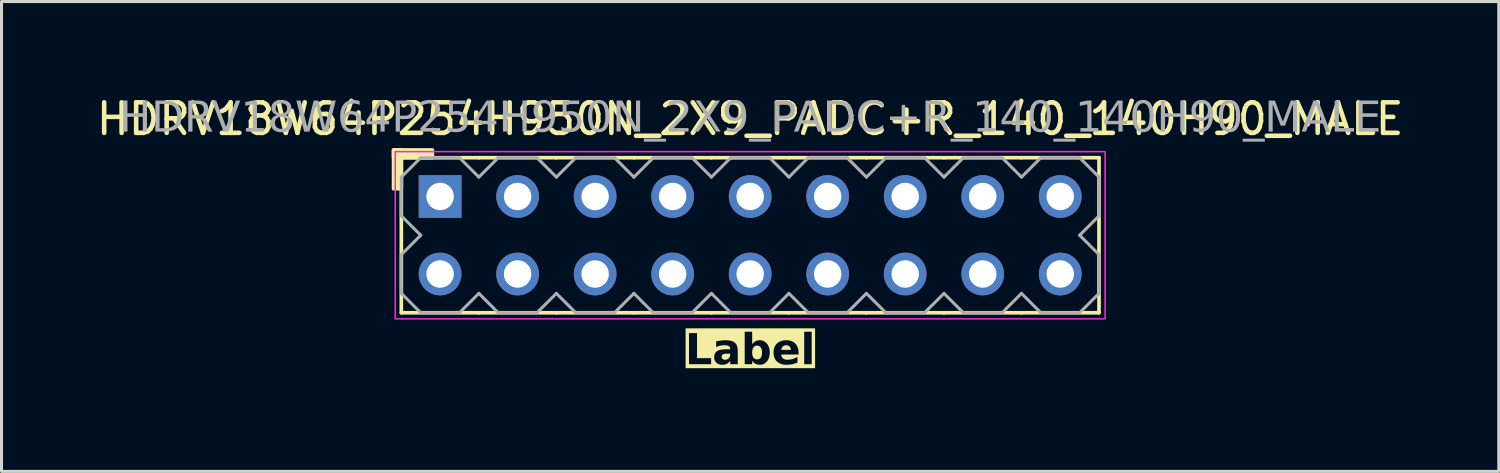
<source format=kicad_pcb>
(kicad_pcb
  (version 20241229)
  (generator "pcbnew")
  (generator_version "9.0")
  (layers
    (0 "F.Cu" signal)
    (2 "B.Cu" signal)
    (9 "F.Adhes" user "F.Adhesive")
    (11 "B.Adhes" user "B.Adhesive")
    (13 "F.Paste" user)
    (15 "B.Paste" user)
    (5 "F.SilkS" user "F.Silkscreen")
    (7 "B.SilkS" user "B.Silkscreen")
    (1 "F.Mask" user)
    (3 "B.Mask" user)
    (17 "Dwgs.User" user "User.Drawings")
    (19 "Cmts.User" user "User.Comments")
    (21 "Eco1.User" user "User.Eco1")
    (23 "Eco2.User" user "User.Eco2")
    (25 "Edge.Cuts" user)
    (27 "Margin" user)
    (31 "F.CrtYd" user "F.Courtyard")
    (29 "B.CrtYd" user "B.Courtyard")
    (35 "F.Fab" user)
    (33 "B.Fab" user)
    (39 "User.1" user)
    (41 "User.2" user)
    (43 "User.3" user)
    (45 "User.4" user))
  (footprint "HDRV18W64P254H950N_2X9_PADC+R_140_140H90_MALE"
    (layer "F.Cu")
    (at 21.53 4.658)
    (property "Reference" "HDRV18W64P254H950N_2X9_PADC+R_140_140H90_MALE" (at 0 -3.81 0) (layer "F.SilkS") (effects (font (size 1 1) (thickness 0.15))))
    (property "Label" "Label" (at 0 3.81 0) (layer "F.SilkS" knockout) (effects (font (face "Tahoma") (size 1 1) (thickness 0.2) (bold yes))))
    (attr through_hole)
    (fp_line (start -11.43 2.54) (end -11.43 -2.54) (stroke (width 0.12) (type solid)) (layer "F.SilkS"))
    (fp_line (start -8.89 -2.54) (end -11.43 -2.54) (stroke (width 0.12) (type solid)) (layer "F.SilkS"))
    (fp_line (start -8.89 2.54) (end -11.43 2.54) (stroke (width 0.12) (type solid)) (layer "F.SilkS"))
    (fp_line (start -6.35 -2.54) (end -8.89 -2.54) (stroke (width 0.12) (type solid)) (layer "F.SilkS"))
    (fp_line (start -6.35 2.54) (end -8.89 2.54) (stroke (width 0.12) (type solid)) (layer "F.SilkS"))
    (fp_line (start -3.81 -2.54) (end -6.35 -2.54) (stroke (width 0.12) (type solid)) (layer "F.SilkS"))
    (fp_line (start -3.81 2.54) (end -6.35 2.54) (stroke (width 0.12) (type solid)) (layer "F.SilkS"))
    (fp_line (start -1.27 -2.54) (end -3.81 -2.54) (stroke (width 0.12) (type solid)) (layer "F.SilkS"))
    (fp_line (start -1.27 2.54) (end -3.81 2.54) (stroke (width 0.12) (type solid)) (layer "F.SilkS"))
    (fp_line (start 1.27 -2.54) (end -1.27 -2.54) (stroke (width 0.12) (type solid)) (layer "F.SilkS"))
    (fp_line (start 1.27 2.54) (end -1.27 2.54) (stroke (width 0.12) (type solid)) (layer "F.SilkS"))
    (fp_line (start 3.81 -2.54) (end 1.27 -2.54) (stroke (width 0.12) (type solid)) (layer "F.SilkS"))
    (fp_line (start 3.81 2.54) (end 1.27 2.54) (stroke (width 0.12) (type solid)) (layer "F.SilkS"))
    (fp_line (start 6.35 -2.54) (end 3.81 -2.54) (stroke (width 0.12) (type solid)) (layer "F.SilkS"))
    (fp_line (start 6.35 2.54) (end 3.81 2.54) (stroke (width 0.12) (type solid)) (layer "F.SilkS"))
    (fp_line (start 8.89 -2.54) (end 6.35 -2.54) (stroke (width 0.12) (type solid)) (layer "F.SilkS"))
    (fp_line (start 8.89 2.54) (end 6.35 2.54) (stroke (width 0.12) (type solid)) (layer "F.SilkS"))
    (fp_line (start 11.43 -2.54) (end 8.89 -2.54) (stroke (width 0.12) (type solid)) (layer "F.SilkS"))
    (fp_line (start 11.43 2.54) (end 8.89 2.54) (stroke (width 0.12) (type solid)) (layer "F.SilkS"))
    (fp_line (start 11.43 2.54) (end 11.43 -2.54) (stroke (width 0.12) (type solid)) (layer "F.SilkS"))
    (fp_rect (start -11.684 -1.524) (end -11.43 -2.794) (stroke (width 0.12) (type solid)) (fill yes) (layer "F.SilkS"))
    (fp_rect (start -10.414 -2.54) (end -11.684 -2.794) (stroke (width 0.12) (type solid)) (fill yes) (layer "F.SilkS"))
    (fp_rect (start -11.63 -2.74) (end 11.63 2.74) (stroke (width 0.05) (type default)) (fill no) (layer "F.CrtYd"))
    (fp_line (start -11.43 -1.905) (end -11.43 -0.635) (stroke (width 0.1) (type solid)) (layer "F.Fab"))
    (fp_line (start -11.43 -1.905) (end -10.795 -2.54) (stroke (width 0.1) (type solid)) (layer "F.Fab"))
    (fp_line (start -11.43 0.635) (end -11.43 1.905) (stroke (width 0.1) (type solid)) (layer "F.Fab"))
    (fp_line (start -10.795 -2.54) (end -9.525 -2.54) (stroke (width 0.1) (type solid)) (layer "F.Fab"))
    (fp_line (start -10.795 0) (end -11.43 -0.635) (stroke (width 0.1) (type solid)) (layer "F.Fab"))
    (fp_line (start -10.795 0) (end -11.43 0.635) (stroke (width 0.1) (type solid)) (layer "F.Fab"))
    (fp_line (start -10.795 2.54) (end -11.43 1.905) (stroke (width 0.1) (type solid)) (layer "F.Fab"))
    (fp_line (start -9.525 -2.54) (end -8.89 -1.905) (stroke (width 0.1) (type solid)) (layer "F.Fab"))
    (fp_line (start -9.525 2.54) (end -10.795 2.54) (stroke (width 0.1) (type solid)) (layer "F.Fab"))
    (fp_line (start -8.89 -1.905) (end -8.255 -2.54) (stroke (width 0.1) (type solid)) (layer "F.Fab"))
    (fp_line (start -8.89 1.905) (end -9.525 2.54) (stroke (width 0.1) (type solid)) (layer "F.Fab"))
    (fp_line (start -8.255 -2.54) (end -6.985 -2.54) (stroke (width 0.1) (type solid)) (layer "F.Fab"))
    (fp_line (start -8.255 2.54) (end -8.89 1.905) (stroke (width 0.1) (type solid)) (layer "F.Fab"))
    (fp_line (start -6.985 -2.54) (end -6.35 -1.905) (stroke (width 0.1) (type solid)) (layer "F.Fab"))
    (fp_line (start -6.985 2.54) (end -8.255 2.54) (stroke (width 0.1) (type solid)) (layer "F.Fab"))
    (fp_line (start -6.35 -1.905) (end -5.715 -2.54) (stroke (width 0.1) (type solid)) (layer "F.Fab"))
    (fp_line (start -6.35 1.905) (end -6.985 2.54) (stroke (width 0.1) (type solid)) (layer "F.Fab"))
    (fp_line (start -5.715 -2.54) (end -4.445 -2.54) (stroke (width 0.1) (type solid)) (layer "F.Fab"))
    (fp_line (start -5.715 2.54) (end -6.35 1.905) (stroke (width 0.1) (type solid)) (layer "F.Fab"))
    (fp_line (start -4.445 -2.54) (end -3.81 -1.905) (stroke (width 0.1) (type solid)) (layer "F.Fab"))
    (fp_line (start -4.445 2.54) (end -5.715 2.54) (stroke (width 0.1) (type solid)) (layer "F.Fab"))
    (fp_line (start -3.81 -1.905) (end -3.175 -2.54) (stroke (width 0.1) (type solid)) (layer "F.Fab"))
    (fp_line (start -3.81 1.905) (end -4.445 2.54) (stroke (width 0.1) (type solid)) (layer "F.Fab"))
    (fp_line (start -3.175 -2.54) (end -1.905 -2.54) (stroke (width 0.1) (type solid)) (layer "F.Fab"))
    (fp_line (start -3.175 2.54) (end -3.81 1.905) (stroke (width 0.1) (type solid)) (layer "F.Fab"))
    (fp_line (start -1.905 -2.54) (end -1.27 -1.905) (stroke (width 0.1) (type solid)) (layer "F.Fab"))
    (fp_line (start -1.905 2.54) (end -3.175 2.54) (stroke (width 0.1) (type solid)) (layer "F.Fab"))
    (fp_line (start -1.27 -1.905) (end -0.635 -2.54) (stroke (width 0.1) (type solid)) (layer "F.Fab"))
    (fp_line (start -1.27 1.905) (end -1.905 2.54) (stroke (width 0.1) (type solid)) (layer "F.Fab"))
    (fp_line (start -0.635 -2.54) (end 0.635 -2.54) (stroke (width 0.1) (type solid)) (layer "F.Fab"))
    (fp_line (start -0.635 2.54) (end -1.27 1.905) (stroke (width 0.1) (type solid)) (layer "F.Fab"))
    (fp_line (start 0.635 -2.54) (end 1.27 -1.905) (stroke (width 0.1) (type solid)) (layer "F.Fab"))
    (fp_line (start 0.635 2.54) (end -0.635 2.54) (stroke (width 0.1) (type solid)) (layer "F.Fab"))
    (fp_line (start 1.27 -1.905) (end 1.905 -2.54) (stroke (width 0.1) (type solid)) (layer "F.Fab"))
    (fp_line (start 1.27 1.905) (end 0.635 2.54) (stroke (width 0.1) (type solid)) (layer "F.Fab"))
    (fp_line (start 1.905 -2.54) (end 3.175 -2.54) (stroke (width 0.1) (type solid)) (layer "F.Fab"))
    (fp_line (start 1.905 2.54) (end 1.27 1.905) (stroke (width 0.1) (type solid)) (layer "F.Fab"))
    (fp_line (start 3.175 -2.54) (end 3.81 -1.905) (stroke (width 0.1) (type solid)) (layer "F.Fab"))
    (fp_line (start 3.175 2.54) (end 1.905 2.54) (stroke (width 0.1) (type solid)) (layer "F.Fab"))
    (fp_line (start 3.81 -1.905) (end 4.445 -2.54) (stroke (width 0.1) (type solid)) (layer "F.Fab"))
    (fp_line (start 3.81 1.905) (end 3.175 2.54) (stroke (width 0.1) (type solid)) (layer "F.Fab"))
    (fp_line (start 4.445 -2.54) (end 5.715 -2.54) (stroke (width 0.1) (type solid)) (layer "F.Fab"))
    (fp_line (start 4.445 2.54) (end 3.81 1.905) (stroke (width 0.1) (type solid)) (layer "F.Fab"))
    (fp_line (start 5.715 -2.54) (end 6.35 -1.905) (stroke (width 0.1) (type solid)) (layer "F.Fab"))
    (fp_line (start 5.715 2.54) (end 4.445 2.54) (stroke (width 0.1) (type solid)) (layer "F.Fab"))
    (fp_line (start 6.35 -1.905) (end 6.985 -2.54) (stroke (width 0.1) (type solid)) (layer "F.Fab"))
    (fp_line (start 6.35 1.905) (end 5.715 2.54) (stroke (width 0.1) (type solid)) (layer "F.Fab"))
    (fp_line (start 6.985 -2.54) (end 8.255 -2.54) (stroke (width 0.1) (type solid)) (layer "F.Fab"))
    (fp_line (start 6.985 2.54) (end 6.35 1.905) (stroke (width 0.1) (type solid)) (layer "F.Fab"))
    (fp_line (start 8.255 -2.54) (end 8.89 -1.905) (stroke (width 0.1) (type solid)) (layer "F.Fab"))
    (fp_line (start 8.255 2.54) (end 6.985 2.54) (stroke (width 0.1) (type solid)) (layer "F.Fab"))
    (fp_line (start 8.89 -1.905) (end 9.525 -2.54) (stroke (width 0.1) (type solid)) (layer "F.Fab"))
    (fp_line (start 8.89 1.905) (end 8.255 2.54) (stroke (width 0.1) (type solid)) (layer "F.Fab"))
    (fp_line (start 9.525 -2.54) (end 10.795 -2.54) (stroke (width 0.1) (type solid)) (layer "F.Fab"))
    (fp_line (start 9.525 2.54) (end 8.89 1.905) (stroke (width 0.1) (type solid)) (layer "F.Fab"))
    (fp_line (start 10.795 -2.54) (end 11.43 -1.905) (stroke (width 0.1) (type solid)) (layer "F.Fab"))
    (fp_line (start 10.795 0) (end 11.43 0.635) (stroke (width 0.1) (type solid)) (layer "F.Fab"))
    (fp_line (start 10.795 2.54) (end 9.525 2.54) (stroke (width 0.1) (type solid)) (layer "F.Fab"))
    (fp_line (start 11.43 -1.905) (end 11.43 -0.635) (stroke (width 0.1) (type solid)) (layer "F.Fab"))
    (fp_line (start 11.43 -0.635) (end 10.795 0) (stroke (width 0.1) (type solid)) (layer "F.Fab"))
    (fp_line (start 11.43 0.635) (end 11.43 1.905) (stroke (width 0.1) (type solid)) (layer "F.Fab"))
    (fp_line (start 11.43 1.905) (end 10.795 2.54) (stroke (width 0.1) (type solid)) (layer "F.Fab"))
    (fp_rect (start -9.906 -1.524) (end -10.414 -1.016) (stroke (width 0.1) (type solid)) (fill no) (layer "F.Fab"))
    (fp_rect (start -9.906 1.016) (end -10.414 1.524) (stroke (width 0.1) (type solid)) (fill no) (layer "F.Fab"))
    (fp_rect (start -7.366 -1.524) (end -7.874 -1.016) (stroke (width 0.1) (type solid)) (fill no) (layer "F.Fab"))
    (fp_rect (start -7.366 1.016) (end -7.874 1.524) (stroke (width 0.1) (type solid)) (fill no) (layer "F.Fab"))
    (fp_rect (start -4.826 -1.524) (end -5.334 -1.016) (stroke (width 0.1) (type solid)) (fill no) (layer "F.Fab"))
    (fp_rect (start -4.826 1.016) (end -5.334 1.524) (stroke (width 0.1) (type solid)) (fill no) (layer "F.Fab"))
    (fp_rect (start -2.286 -1.524) (end -2.794 -1.016) (stroke (width 0.1) (type solid)) (fill no) (layer "F.Fab"))
    (fp_rect (start -2.286 1.016) (end -2.794 1.524) (stroke (width 0.1) (type solid)) (fill no) (layer "F.Fab"))
    (fp_rect (start 0.254 -1.524) (end -0.254 -1.016) (stroke (width 0.1) (type solid)) (fill no) (layer "F.Fab"))
    (fp_rect (start 0.254 1.016) (end -0.254 1.524) (stroke (width 0.1) (type solid)) (fill no) (layer "F.Fab"))
    (fp_rect (start 2.794 -1.524) (end 2.286 -1.016) (stroke (width 0.1) (type solid)) (fill no) (layer "F.Fab"))
    (fp_rect (start 2.794 1.016) (end 2.286 1.524) (stroke (width 0.1) (type solid)) (fill no) (layer "F.Fab"))
    (fp_rect (start 5.334 -1.524) (end 4.826 -1.016) (stroke (width 0.1) (type solid)) (fill no) (layer "F.Fab"))
    (fp_rect (start 5.334 1.016) (end 4.826 1.524) (stroke (width 0.1) (type solid)) (fill no) (layer "F.Fab"))
    (fp_rect (start 7.874 -1.524) (end 7.366 -1.016) (stroke (width 0.1) (type solid)) (fill no) (layer "F.Fab"))
    (fp_rect (start 7.874 1.016) (end 7.366 1.524) (stroke (width 0.1) (type solid)) (fill no) (layer "F.Fab"))
    (fp_rect (start 10.414 -1.524) (end 9.906 -1.016) (stroke (width 0.1) (type solid)) (fill no) (layer "F.Fab"))
    (fp_rect (start 10.414 1.016) (end 9.906 1.524) (stroke (width 0.1) (type solid)) (fill no) (layer "F.Fab"))
    (fp_text user "${REFERENCE}" (at 0 -3.81 0) (layer "F.Fab") (effects (font (face "Tahoma") (size 1 1) (thickness 0.15))))
    (pad "1" thru_hole rect (at -10.16 -1.27) (size 1.4 1.4) (drill 0.9) (layers "*.Cu" "*.Mask"))
    (pad "2" thru_hole circle (at -10.16 1.27) (size 1.4 1.4) (drill 0.9) (layers "*.Cu" "*.Mask"))
    (pad "3" thru_hole circle (at -7.62 -1.27) (size 1.4 1.4) (drill 0.9) (layers "*.Cu" "*.Mask"))
    (pad "4" thru_hole circle (at -7.62 1.27) (size 1.4 1.4) (drill 0.9) (layers "*.Cu" "*.Mask"))
    (pad "5" thru_hole circle (at -5.08 -1.27) (size 1.4 1.4) (drill 0.9) (layers "*.Cu" "*.Mask"))
    (pad "6" thru_hole circle (at -5.08 1.27) (size 1.4 1.4) (drill 0.9) (layers "*.Cu" "*.Mask"))
    (pad "7" thru_hole circle (at -2.54 -1.27) (size 1.4 1.4) (drill 0.9) (layers "*.Cu" "*.Mask"))
    (pad "8" thru_hole circle (at -2.54 1.27) (size 1.4 1.4) (drill 0.9) (layers "*.Cu" "*.Mask"))
    (pad "9" thru_hole circle (at 0 -1.27) (size 1.4 1.4) (drill 0.9) (layers "*.Cu" "*.Mask"))
    (pad "10" thru_hole circle (at 0 1.27) (size 1.4 1.4) (drill 0.9) (layers "*.Cu" "*.Mask"))
    (pad "11" thru_hole circle (at 2.54 -1.27) (size 1.4 1.4) (drill 0.9) (layers "*.Cu" "*.Mask"))
    (pad "12" thru_hole circle (at 2.54 1.27) (size 1.4 1.4) (drill 0.9) (layers "*.Cu" "*.Mask"))
    (pad "13" thru_hole circle (at 5.08 -1.27) (size 1.4 1.4) (drill 0.9) (layers "*.Cu" "*.Mask"))
    (pad "14" thru_hole circle (at 5.08 1.27) (size 1.4 1.4) (drill 0.9) (layers "*.Cu" "*.Mask"))
    (pad "15" thru_hole circle (at 7.62 -1.27) (size 1.4 1.4) (drill 0.9) (layers "*.Cu" "*.Mask"))
    (pad "16" thru_hole circle (at 7.62 1.27) (size 1.4 1.4) (drill 0.9) (layers "*.Cu" "*.Mask"))
    (pad "17" thru_hole circle (at 10.16 -1.27) (size 1.4 1.4) (drill 0.9) (layers "*.Cu" "*.Mask"))
    (pad "18" thru_hole circle (at 10.16 1.27) (size 1.4 1.4) (drill 0.9) (layers "*.Cu" "*.Mask")))
  (gr_rect
    (start -3 -3)
    (end 46.06 12.396)
    (stroke (width 0.1) (type default))
    (fill no)
    (layer "Edge.Cuts")))
</source>
